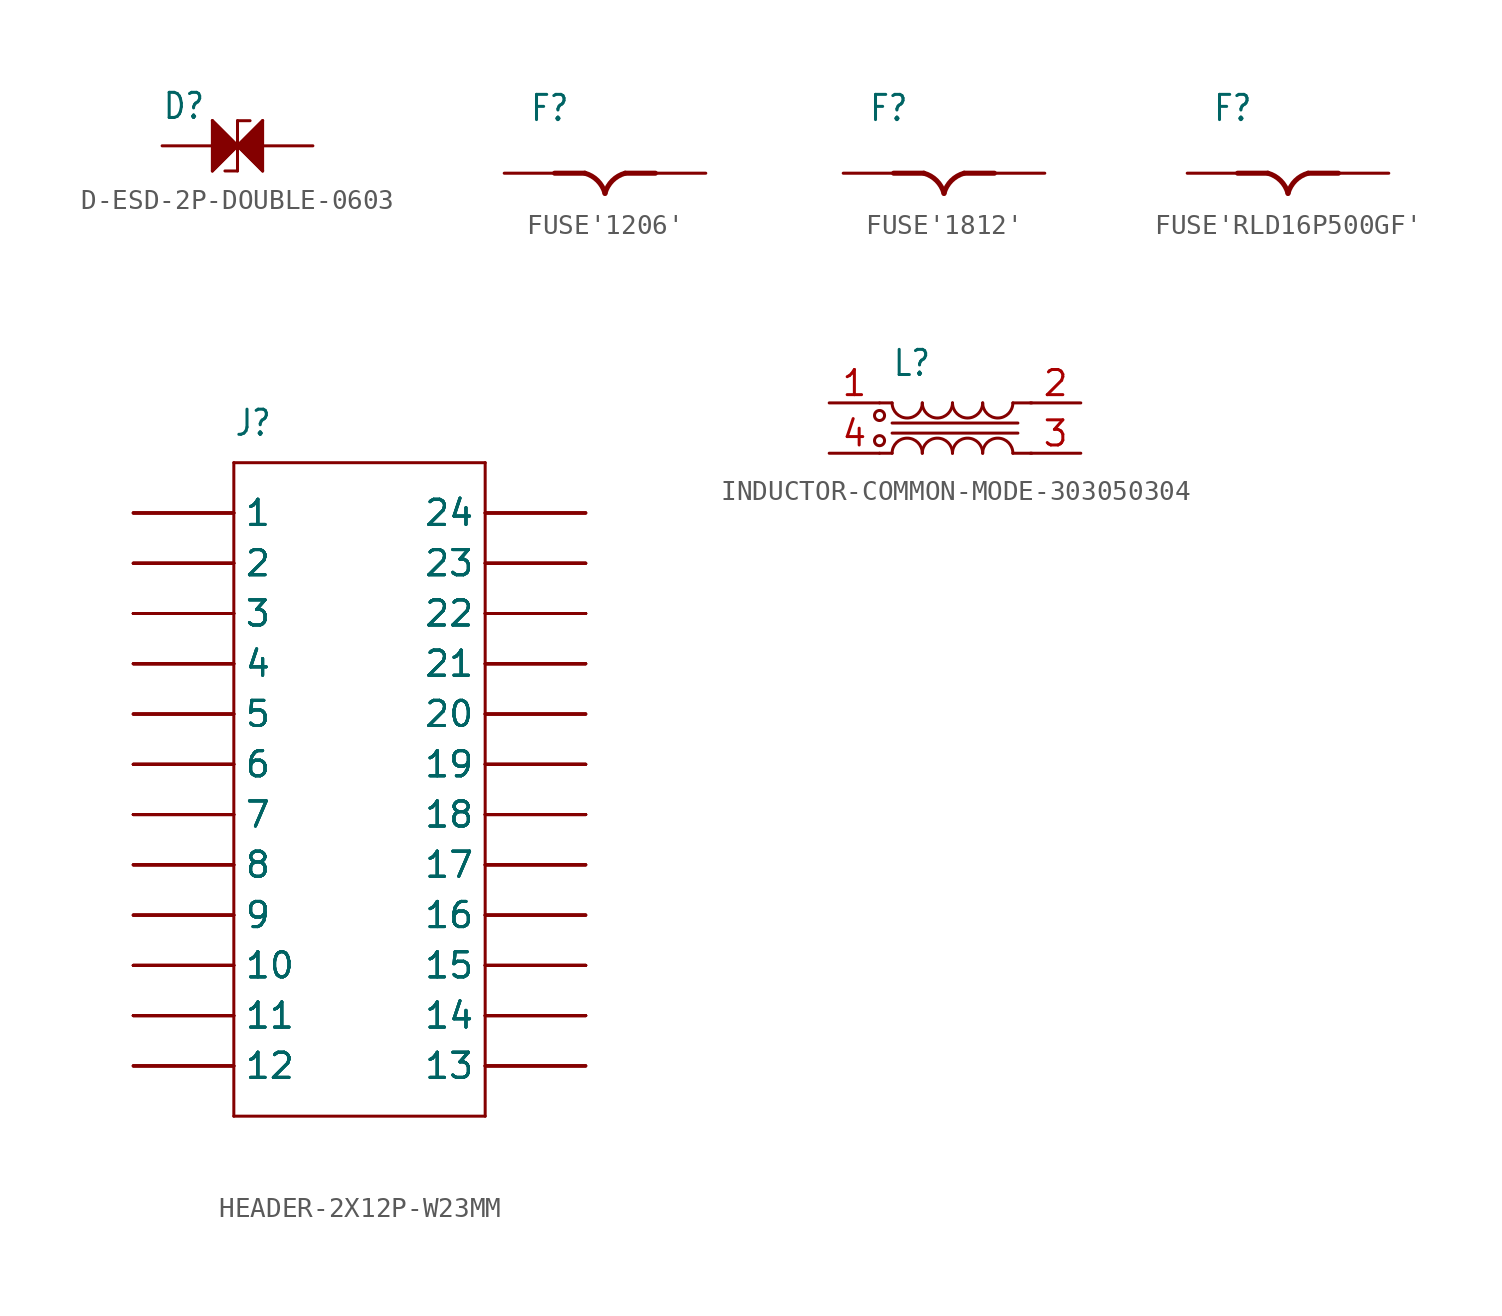
<source format=kicad_sym>
(kicad_symbol_lib
  (version 20220914)
  (generator kicad_symbol_editor)
  (symbol "D-ESD-2P-DOUBLE-0603"
    (property "Reference" "D"
      (at -3.81 1.27 0)
      (effects (font (size 1.27 1.079)) (justify left bottom)))
    (property "Value" ""
      (at -3.81 0 0)
      (effects (font (size 1.27 1.079)) (justify left bottom)))
    (property "ki_locked" ""
      (at 0 0 0)
      (effects (font (size 1.27 1.27))))
    (symbol "D-ESD-2P-DOUBLE-0603_1_0"
      (polyline (pts (xy -1.27 -1.27) (xy 0 0)) (stroke (width 0.152) (type solid)) (fill (type none)))
      (polyline (pts (xy -1.27 1.27) (xy -1.27 -1.27)) (stroke (width 0.152) (type solid)) (fill (type none)))
      (polyline (pts (xy 0 -1.27) (xy -0.635 -1.27)) (stroke (width 0.152) (type solid)) (fill (type none)))
      (polyline (pts (xy 0 0) (xy -1.27 1.27)) (stroke (width 0.152) (type solid)) (fill (type none)))
      (polyline (pts (xy 0 0) (xy 0 -1.27)) (stroke (width 0.152) (type solid)) (fill (type none)))
      (polyline (pts (xy 0 0) (xy 0 1.27)) (stroke (width 0.152) (type solid)) (fill (type none)))
      (polyline (pts (xy 0 0) (xy 1.27 -1.27)) (stroke (width 0.152) (type solid)) (fill (type none)))
      (polyline (pts (xy 0 1.27) (xy 0.635 1.27)) (stroke (width 0.152) (type solid)) (fill (type none)))
      (polyline (pts (xy 1.27 -1.27) (xy 1.27 1.27)) (stroke (width 0.152) (type solid)) (fill (type none)))
      (polyline (pts (xy 1.27 1.27) (xy 0 0)) (stroke (width 0.152) (type solid)) (fill (type none)))
      (polyline (pts (xy -1.27 1.27) (xy 0 0) (xy -1.27 -1.27)) (stroke (width 0.152) (type solid)) (fill (type outline)))
      (polyline (pts (xy 1.27 -1.27) (xy 0 0) (xy 1.27 1.27)) (stroke (width 0.152) (type solid)) (fill (type outline)))
      (pin bidirectional line (at -3.81 0 0) (length 2.54) (name "1" (effects (font (size 0 0)))) (number "1" (effects (font (size 0 0)))))
      (pin bidirectional line (at 3.81 0 180) (length 2.54) (name "2" (effects (font (size 0 0)))) (number "2" (effects (font (size 0 0)))))))
  (symbol "FUSE'1206'"
    (property "Reference" "F"
      (at -3.81 2.54 0)
      (effects (font (size 1.27 1.079)) (justify left bottom)))
    (property "Value" ""
      (at -3.81 1.27 0)
      (effects (font (size 1.27 1.079)) (justify left bottom)))
    (property "ki_locked" ""
      (at 0 0 0)
      (effects (font (size 1.27 1.27))))
    (symbol "FUSE'1206'_1_0"
      (arc (start -0.0001 -1.016) (mid 1.4048 1.4047) (end -1.016 0) (stroke (width 0.254) (type solid)) (fill (type none)))
      (polyline (pts (xy -2.54 0) (xy -1.016 0)) (stroke (width 0.254) (type solid)) (fill (type none)))
      (polyline (pts (xy 2.54 0) (xy 1.016 0)) (stroke (width 0.254) (type solid)) (fill (type none)))
      (arc (start 1.016 -0.0001) (mid -1.4047 1.4048) (end 0 -1.016) (stroke (width 0.254) (type solid)) (fill (type none)))
      (pin bidirectional line (at -5.08 0 0) (length 2.54) (name "1" (effects (font (size 0 0)))) (number "1" (effects (font (size 0 0)))))
      (pin bidirectional line (at 5.08 0 180) (length 2.54) (name "2" (effects (font (size 0 0)))) (number "2" (effects (font (size 0 0)))))))
  (symbol "FUSE'1812'"
    (property "Reference" "F"
      (at -3.81 2.54 0)
      (effects (font (size 1.27 1.079)) (justify left bottom)))
    (property "Value" ""
      (at -3.81 1.27 0)
      (effects (font (size 1.27 1.079)) (justify left bottom)))
    (property "ki_locked" ""
      (at 0 0 0)
      (effects (font (size 1.27 1.27))))
    (symbol "FUSE'1812'_1_0"
      (arc (start -0.0001 -1.016) (mid 1.4048 1.4047) (end -1.016 0) (stroke (width 0.254) (type solid)) (fill (type none)))
      (polyline (pts (xy -2.54 0) (xy -1.016 0)) (stroke (width 0.254) (type solid)) (fill (type none)))
      (polyline (pts (xy 2.54 0) (xy 1.016 0)) (stroke (width 0.254) (type solid)) (fill (type none)))
      (arc (start 1.016 -0.0001) (mid -1.4047 1.4048) (end 0 -1.016) (stroke (width 0.254) (type solid)) (fill (type none)))
      (pin bidirectional line (at -5.08 0 0) (length 2.54) (name "1" (effects (font (size 0 0)))) (number "1" (effects (font (size 0 0)))))
      (pin bidirectional line (at 5.08 0 180) (length 2.54) (name "2" (effects (font (size 0 0)))) (number "2" (effects (font (size 0 0)))))))
  (symbol "FUSE'RLD16P500GF'"
    (property "Reference" "F"
      (at -3.81 2.54 0)
      (effects (font (size 1.27 1.079)) (justify left bottom)))
    (property "Value" ""
      (at -3.81 1.27 0)
      (effects (font (size 1.27 1.079)) (justify left bottom)))
    (property "ki_locked" ""
      (at 0 0 0)
      (effects (font (size 1.27 1.27))))
    (symbol "FUSE'RLD16P500GF'_1_0"
      (arc (start -0.0001 -1.016) (mid 1.4048 1.4047) (end -1.016 0) (stroke (width 0.254) (type solid)) (fill (type none)))
      (polyline (pts (xy -2.54 0) (xy -1.016 0)) (stroke (width 0.254) (type solid)) (fill (type none)))
      (polyline (pts (xy 2.54 0) (xy 1.016 0)) (stroke (width 0.254) (type solid)) (fill (type none)))
      (arc (start 1.016 -0.0001) (mid -1.4047 1.4048) (end 0 -1.016) (stroke (width 0.254) (type solid)) (fill (type none)))
      (pin bidirectional line (at -5.08 0 0) (length 2.54) (name "1" (effects (font (size 0 0)))) (number "1" (effects (font (size 0 0)))))
      (pin bidirectional line (at 5.08 0 180) (length 2.54) (name "2" (effects (font (size 0 0)))) (number "2" (effects (font (size 0 0)))))))
  (symbol "HEADER-2X12P-W23MM"
    (property "Reference" "J"
      (at -6.35 17.78 0)
      (effects (font (size 1.27 1.079)) (justify left bottom)))
    (property "Value" ""
      (at -6.35 16.51 0)
      (effects (font (size 1.27 1.079)) (justify left bottom)))
    (property "ki_locked" ""
      (at 0 0 0)
      (effects (font (size 1.27 1.27))))
    (symbol "HEADER-2X12P-W23MM_1_0"
      (polyline (pts (xy -6.35 -16.51) (xy -6.35 16.51)) (stroke (width 0.152) (type solid)) (fill (type none)))
      (polyline (pts (xy -6.35 16.51) (xy 6.35 16.51)) (stroke (width 0.152) (type solid)) (fill (type none)))
      (polyline (pts (xy 6.35 -16.51) (xy -6.35 -16.51)) (stroke (width 0.152) (type solid)) (fill (type none)))
      (polyline (pts (xy 6.35 16.51) (xy 6.35 -16.51)) (stroke (width 0.152) (type solid)) (fill (type none)))
      (pin bidirectional line (at -11.43 13.97 0) (length 5.08) (name "1" (effects (font (size 1.27 1.27)))) (number "A1" (effects (font (size 0 0)))))
      (pin bidirectional line (at -11.43 -8.89 0) (length 5.08) (name "10" (effects (font (size 1.27 1.27)))) (number "A10" (effects (font (size 0 0)))))
      (pin bidirectional line (at -11.43 -11.43 0) (length 5.08) (name "11" (effects (font (size 1.27 1.27)))) (number "A11" (effects (font (size 0 0)))))
      (pin bidirectional line (at -11.43 -13.97 0) (length 5.08) (name "12" (effects (font (size 1.27 1.27)))) (number "A12" (effects (font (size 0 0)))))
      (pin bidirectional line (at -11.43 11.43 0) (length 5.08) (name "2" (effects (font (size 1.27 1.27)))) (number "A2" (effects (font (size 0 0)))))
      (pin bidirectional line (at -11.43 8.89 0) (length 5.08) (name "3" (effects (font (size 1.27 1.27)))) (number "A3" (effects (font (size 0 0)))))
      (pin bidirectional line (at -11.43 6.35 0) (length 5.08) (name "4" (effects (font (size 1.27 1.27)))) (number "A4" (effects (font (size 0 0)))))
      (pin bidirectional line (at -11.43 3.81 0) (length 5.08) (name "5" (effects (font (size 1.27 1.27)))) (number "A5" (effects (font (size 0 0)))))
      (pin bidirectional line (at -11.43 1.27 0) (length 5.08) (name "6" (effects (font (size 1.27 1.27)))) (number "A6" (effects (font (size 0 0)))))
      (pin bidirectional line (at -11.43 -1.27 0) (length 5.08) (name "7" (effects (font (size 1.27 1.27)))) (number "A7" (effects (font (size 0 0)))))
      (pin bidirectional line (at -11.43 -3.81 0) (length 5.08) (name "8" (effects (font (size 1.27 1.27)))) (number "A8" (effects (font (size 0 0)))))
      (pin bidirectional line (at -11.43 -6.35 0) (length 5.08) (name "9" (effects (font (size 1.27 1.27)))) (number "A9" (effects (font (size 0 0)))))
      (pin bidirectional line (at -11.43 13.97 0) (length 5.08) (name "1" (effects (font (size 1.27 1.27)))) (number "B1" (effects (font (size 0 0)))))
      (pin bidirectional line (at -11.43 -8.89 0) (length 5.08) (name "10" (effects (font (size 1.27 1.27)))) (number "B10" (effects (font (size 0 0)))))
      (pin bidirectional line (at -11.43 -11.43 0) (length 5.08) (name "11" (effects (font (size 1.27 1.27)))) (number "B11" (effects (font (size 0 0)))))
      (pin bidirectional line (at -11.43 -13.97 0) (length 5.08) (name "12" (effects (font (size 1.27 1.27)))) (number "B12" (effects (font (size 0 0)))))
      (pin bidirectional line (at -11.43 11.43 0) (length 5.08) (name "2" (effects (font (size 1.27 1.27)))) (number "B2" (effects (font (size 0 0)))))
      (pin bidirectional line (at -11.43 8.89 0) (length 5.08) (name "3" (effects (font (size 1.27 1.27)))) (number "B3" (effects (font (size 0 0)))))
      (pin bidirectional line (at -11.43 6.35 0) (length 5.08) (name "4" (effects (font (size 1.27 1.27)))) (number "B4" (effects (font (size 0 0)))))
      (pin bidirectional line (at -11.43 3.81 0) (length 5.08) (name "5" (effects (font (size 1.27 1.27)))) (number "B5" (effects (font (size 0 0)))))
      (pin bidirectional line (at -11.43 1.27 0) (length 5.08) (name "6" (effects (font (size 1.27 1.27)))) (number "B6" (effects (font (size 0 0)))))
      (pin bidirectional line (at -11.43 -1.27 0) (length 5.08) (name "7" (effects (font (size 1.27 1.27)))) (number "B7" (effects (font (size 0 0)))))
      (pin bidirectional line (at -11.43 -3.81 0) (length 5.08) (name "8" (effects (font (size 1.27 1.27)))) (number "B8" (effects (font (size 0 0)))))
      (pin bidirectional line (at -11.43 -6.35 0) (length 5.08) (name "9" (effects (font (size 1.27 1.27)))) (number "B9" (effects (font (size 0 0)))))
      (pin bidirectional line (at 11.43 -13.97 180) (length 5.08) (name "13" (effects (font (size 1.27 1.27)))) (number "C1" (effects (font (size 0 0)))))
      (pin bidirectional line (at 11.43 8.89 180) (length 5.08) (name "22" (effects (font (size 1.27 1.27)))) (number "C10" (effects (font (size 0 0)))))
      (pin bidirectional line (at 11.43 11.43 180) (length 5.08) (name "23" (effects (font (size 1.27 1.27)))) (number "C11" (effects (font (size 0 0)))))
      (pin bidirectional line (at 11.43 13.97 180) (length 5.08) (name "24" (effects (font (size 1.27 1.27)))) (number "C12" (effects (font (size 0 0)))))
      (pin bidirectional line (at 11.43 -11.43 180) (length 5.08) (name "14" (effects (font (size 1.27 1.27)))) (number "C2" (effects (font (size 0 0)))))
      (pin bidirectional line (at 11.43 -8.89 180) (length 5.08) (name "15" (effects (font (size 1.27 1.27)))) (number "C3" (effects (font (size 0 0)))))
      (pin bidirectional line (at 11.43 -6.35 180) (length 5.08) (name "16" (effects (font (size 1.27 1.27)))) (number "C4" (effects (font (size 0 0)))))
      (pin bidirectional line (at 11.43 -3.81 180) (length 5.08) (name "17" (effects (font (size 1.27 1.27)))) (number "C5" (effects (font (size 0 0)))))
      (pin bidirectional line (at 11.43 -1.27 180) (length 5.08) (name "18" (effects (font (size 1.27 1.27)))) (number "C6" (effects (font (size 0 0)))))
      (pin bidirectional line (at 11.43 1.27 180) (length 5.08) (name "19" (effects (font (size 1.27 1.27)))) (number "C7" (effects (font (size 0 0)))))
      (pin bidirectional line (at 11.43 3.81 180) (length 5.08) (name "20" (effects (font (size 1.27 1.27)))) (number "C8" (effects (font (size 0 0)))))
      (pin bidirectional line (at 11.43 6.35 180) (length 5.08) (name "21" (effects (font (size 1.27 1.27)))) (number "C9" (effects (font (size 0 0)))))
      (pin bidirectional line (at 11.43 -13.97 180) (length 5.08) (name "13" (effects (font (size 1.27 1.27)))) (number "D1" (effects (font (size 0 0)))))
      (pin bidirectional line (at 11.43 8.89 180) (length 5.08) (name "22" (effects (font (size 1.27 1.27)))) (number "D10" (effects (font (size 0 0)))))
      (pin bidirectional line (at 11.43 11.43 180) (length 5.08) (name "23" (effects (font (size 1.27 1.27)))) (number "D11" (effects (font (size 0 0)))))
      (pin bidirectional line (at 11.43 13.97 180) (length 5.08) (name "24" (effects (font (size 1.27 1.27)))) (number "D12" (effects (font (size 0 0)))))
      (pin bidirectional line (at 11.43 -11.43 180) (length 5.08) (name "14" (effects (font (size 1.27 1.27)))) (number "D2" (effects (font (size 0 0)))))
      (pin bidirectional line (at 11.43 -8.89 180) (length 5.08) (name "15" (effects (font (size 1.27 1.27)))) (number "D3" (effects (font (size 0 0)))))
      (pin bidirectional line (at 11.43 -6.35 180) (length 5.08) (name "16" (effects (font (size 1.27 1.27)))) (number "D4" (effects (font (size 0 0)))))
      (pin bidirectional line (at 11.43 -3.81 180) (length 5.08) (name "17" (effects (font (size 1.27 1.27)))) (number "D5" (effects (font (size 0 0)))))
      (pin bidirectional line (at 11.43 -1.27 180) (length 5.08) (name "18" (effects (font (size 1.27 1.27)))) (number "D6" (effects (font (size 0 0)))))
      (pin bidirectional line (at 11.43 1.27 180) (length 5.08) (name "19" (effects (font (size 1.27 1.27)))) (number "D7" (effects (font (size 0 0)))))
      (pin bidirectional line (at 11.43 3.81 180) (length 5.08) (name "20" (effects (font (size 1.27 1.27)))) (number "D8" (effects (font (size 0 0)))))
      (pin bidirectional line (at 11.43 6.35 180) (length 5.08) (name "21" (effects (font (size 1.27 1.27)))) (number "D9" (effects (font (size 0 0)))))
      (pin bidirectional line (at -11.43 13.97 0) (length 5.08) (name "1" (effects (font (size 1.27 1.27)))) (number "E1" (effects (font (size 0 0)))))
      (pin bidirectional line (at -11.43 -8.89 0) (length 5.08) (name "10" (effects (font (size 1.27 1.27)))) (number "E10" (effects (font (size 0 0)))))
      (pin bidirectional line (at -11.43 -11.43 0) (length 5.08) (name "11" (effects (font (size 1.27 1.27)))) (number "E11" (effects (font (size 0 0)))))
      (pin bidirectional line (at -11.43 -13.97 0) (length 5.08) (name "12" (effects (font (size 1.27 1.27)))) (number "E12" (effects (font (size 0 0)))))
      (pin bidirectional line (at 11.43 -13.97 180) (length 5.08) (name "13" (effects (font (size 1.27 1.27)))) (number "E13" (effects (font (size 0 0)))))
      (pin bidirectional line (at 11.43 -11.43 180) (length 5.08) (name "14" (effects (font (size 1.27 1.27)))) (number "E14" (effects (font (size 0 0)))))
      (pin bidirectional line (at 11.43 -8.89 180) (length 5.08) (name "15" (effects (font (size 1.27 1.27)))) (number "E15" (effects (font (size 0 0)))))
      (pin bidirectional line (at 11.43 -6.35 180) (length 5.08) (name "16" (effects (font (size 1.27 1.27)))) (number "E16" (effects (font (size 0 0)))))
      (pin bidirectional line (at 11.43 -3.81 180) (length 5.08) (name "17" (effects (font (size 1.27 1.27)))) (number "E17" (effects (font (size 0 0)))))
      (pin bidirectional line (at 11.43 -1.27 180) (length 5.08) (name "18" (effects (font (size 1.27 1.27)))) (number "E18" (effects (font (size 0 0)))))
      (pin bidirectional line (at 11.43 1.27 180) (length 5.08) (name "19" (effects (font (size 1.27 1.27)))) (number "E19" (effects (font (size 0 0)))))
      (pin bidirectional line (at -11.43 11.43 0) (length 5.08) (name "2" (effects (font (size 1.27 1.27)))) (number "E2" (effects (font (size 0 0)))))
      (pin bidirectional line (at 11.43 3.81 180) (length 5.08) (name "20" (effects (font (size 1.27 1.27)))) (number "E20" (effects (font (size 0 0)))))
      (pin bidirectional line (at 11.43 6.35 180) (length 5.08) (name "21" (effects (font (size 1.27 1.27)))) (number "E21" (effects (font (size 0 0)))))
      (pin bidirectional line (at 11.43 8.89 180) (length 5.08) (name "22" (effects (font (size 1.27 1.27)))) (number "E22" (effects (font (size 0 0)))))
      (pin bidirectional line (at 11.43 11.43 180) (length 5.08) (name "23" (effects (font (size 1.27 1.27)))) (number "E23" (effects (font (size 0 0)))))
      (pin bidirectional line (at 11.43 13.97 180) (length 5.08) (name "24" (effects (font (size 1.27 1.27)))) (number "E24" (effects (font (size 0 0)))))
      (pin bidirectional line (at -11.43 8.89 0) (length 5.08) (name "3" (effects (font (size 1.27 1.27)))) (number "E3" (effects (font (size 0 0)))))
      (pin bidirectional line (at -11.43 6.35 0) (length 5.08) (name "4" (effects (font (size 1.27 1.27)))) (number "E4" (effects (font (size 0 0)))))
      (pin bidirectional line (at -11.43 3.81 0) (length 5.08) (name "5" (effects (font (size 1.27 1.27)))) (number "E5" (effects (font (size 0 0)))))
      (pin bidirectional line (at -11.43 1.27 0) (length 5.08) (name "6" (effects (font (size 1.27 1.27)))) (number "E6" (effects (font (size 0 0)))))
      (pin bidirectional line (at -11.43 -1.27 0) (length 5.08) (name "7" (effects (font (size 1.27 1.27)))) (number "E7" (effects (font (size 0 0)))))
      (pin bidirectional line (at -11.43 -3.81 0) (length 5.08) (name "8" (effects (font (size 1.27 1.27)))) (number "E8" (effects (font (size 0 0)))))
      (pin bidirectional line (at -11.43 -6.35 0) (length 5.08) (name "9" (effects (font (size 1.27 1.27)))) (number "E9" (effects (font (size 0 0)))))
      (pin bidirectional line (at -11.43 13.97 0) (length 5.08) (name "1" (effects (font (size 1.27 1.27)))) (number "F1" (effects (font (size 0 0)))))
      (pin bidirectional line (at -11.43 -8.89 0) (length 5.08) (name "10" (effects (font (size 1.27 1.27)))) (number "F10" (effects (font (size 0 0)))))
      (pin bidirectional line (at -11.43 -11.43 0) (length 5.08) (name "11" (effects (font (size 1.27 1.27)))) (number "F11" (effects (font (size 0 0)))))
      (pin bidirectional line (at -11.43 -13.97 0) (length 5.08) (name "12" (effects (font (size 1.27 1.27)))) (number "F12" (effects (font (size 0 0)))))
      (pin bidirectional line (at 11.43 -13.97 180) (length 5.08) (name "13" (effects (font (size 1.27 1.27)))) (number "F13" (effects (font (size 0 0)))))
      (pin bidirectional line (at 11.43 -11.43 180) (length 5.08) (name "14" (effects (font (size 1.27 1.27)))) (number "F14" (effects (font (size 0 0)))))
      (pin bidirectional line (at 11.43 -8.89 180) (length 5.08) (name "15" (effects (font (size 1.27 1.27)))) (number "F15" (effects (font (size 0 0)))))
      (pin bidirectional line (at 11.43 -6.35 180) (length 5.08) (name "16" (effects (font (size 1.27 1.27)))) (number "F16" (effects (font (size 0 0)))))
      (pin bidirectional line (at 11.43 -3.81 180) (length 5.08) (name "17" (effects (font (size 1.27 1.27)))) (number "F17" (effects (font (size 0 0)))))
      (pin bidirectional line (at 11.43 -1.27 180) (length 5.08) (name "18" (effects (font (size 1.27 1.27)))) (number "F18" (effects (font (size 0 0)))))
      (pin bidirectional line (at 11.43 1.27 180) (length 5.08) (name "19" (effects (font (size 1.27 1.27)))) (number "F19" (effects (font (size 0 0)))))
      (pin bidirectional line (at -11.43 11.43 0) (length 5.08) (name "2" (effects (font (size 1.27 1.27)))) (number "F2" (effects (font (size 0 0)))))
      (pin bidirectional line (at 11.43 3.81 180) (length 5.08) (name "20" (effects (font (size 1.27 1.27)))) (number "F20" (effects (font (size 0 0)))))
      (pin bidirectional line (at 11.43 6.35 180) (length 5.08) (name "21" (effects (font (size 1.27 1.27)))) (number "F21" (effects (font (size 0 0)))))
      (pin bidirectional line (at 11.43 8.89 180) (length 5.08) (name "22" (effects (font (size 1.27 1.27)))) (number "F22" (effects (font (size 0 0)))))
      (pin bidirectional line (at 11.43 11.43 180) (length 5.08) (name "23" (effects (font (size 1.27 1.27)))) (number "F23" (effects (font (size 0 0)))))
      (pin bidirectional line (at 11.43 13.97 180) (length 5.08) (name "24" (effects (font (size 1.27 1.27)))) (number "F24" (effects (font (size 0 0)))))
      (pin bidirectional line (at -11.43 8.89 0) (length 5.08) (name "3" (effects (font (size 1.27 1.27)))) (number "F3" (effects (font (size 0 0)))))
      (pin bidirectional line (at -11.43 6.35 0) (length 5.08) (name "4" (effects (font (size 1.27 1.27)))) (number "F4" (effects (font (size 0 0)))))
      (pin bidirectional line (at -11.43 3.81 0) (length 5.08) (name "5" (effects (font (size 1.27 1.27)))) (number "F5" (effects (font (size 0 0)))))
      (pin bidirectional line (at -11.43 1.27 0) (length 5.08) (name "6" (effects (font (size 1.27 1.27)))) (number "F6" (effects (font (size 0 0)))))
      (pin bidirectional line (at -11.43 -1.27 0) (length 5.08) (name "7" (effects (font (size 1.27 1.27)))) (number "F7" (effects (font (size 0 0)))))
      (pin bidirectional line (at -11.43 -3.81 0) (length 5.08) (name "8" (effects (font (size 1.27 1.27)))) (number "F8" (effects (font (size 0 0)))))
      (pin bidirectional line (at -11.43 -6.35 0) (length 5.08) (name "9" (effects (font (size 1.27 1.27)))) (number "F9" (effects (font (size 0 0)))))))
  (symbol "INDUCTOR-COMMON-MODE-303050304"
    (property "Reference" "L"
      (at -3.175 2.54 0)
      (effects (font (size 1.27 1.079)) (justify left bottom)))
    (property "Value" ""
      (at -3.175 1.27 0)
      (effects (font (size 1.27 1.079)) (justify left bottom)))
    (property "ki_locked" ""
      (at 0 0 0)
      (effects (font (size 1.27 1.27))))
    (symbol "INDUCTOR-COMMON-MODE-303050304_1_0"
      (circle (center -3.81 -0.635) (radius 0.254) (stroke (width 0) (type solid)) (fill (type none)))
      (circle (center -3.81 0.635) (radius 0.254) (stroke (width 0) (type solid)) (fill (type none)))
      (arc (start -3.175 1.27) (mid -2.413 0.508) (end -1.651 1.27) (stroke (width 0.1524) (type solid)) (fill (type none)))
      (arc (start -1.651 -1.27) (mid -2.413 -0.508) (end -3.175 -1.27) (stroke (width 0.1524) (type solid)) (fill (type none)))
      (arc (start -1.651 1.27) (mid -0.889 0.508) (end -0.127 1.27) (stroke (width 0.1524) (type solid)) (fill (type none)))
      (arc (start -0.127 -1.27) (mid -0.889 -0.508) (end -1.651 -1.27) (stroke (width 0.1524) (type solid)) (fill (type none)))
      (arc (start -0.127 1.27) (mid 0.635 0.508) (end 1.397 1.27) (stroke (width 0.1524) (type solid)) (fill (type none)))
      (polyline (pts (xy -3.175 -1.27) (xy -3.81 -1.27)) (stroke (width 0.152) (type solid)) (fill (type none)))
      (polyline (pts (xy -3.175 1.27) (xy -3.81 1.27)) (stroke (width 0.152) (type solid)) (fill (type none)))
      (polyline (pts (xy 2.921 -1.27) (xy 3.873 -1.27)) (stroke (width 0.152) (type solid)) (fill (type none)))
      (polyline (pts (xy 2.921 1.27) (xy 3.873 1.27)) (stroke (width 0.152) (type solid)) (fill (type none)))
      (polyline (pts (xy 3.175 -0.254) (xy -3.175 -0.254)) (stroke (width 0.152) (type solid)) (fill (type none)))
      (polyline (pts (xy 3.175 0.254) (xy -3.175 0.254)) (stroke (width 0.152) (type solid)) (fill (type none)))
      (arc (start 1.397 -1.27) (mid 0.635 -0.508) (end -0.127 -1.27) (stroke (width 0.1524) (type solid)) (fill (type none)))
      (arc (start 1.397 1.27) (mid 2.159 0.508) (end 2.921 1.27) (stroke (width 0.1524) (type solid)) (fill (type none)))
      (arc (start 2.921 -1.27) (mid 2.159 -0.508) (end 1.397 -1.27) (stroke (width 0.1524) (type solid)) (fill (type none)))
      (pin bidirectional line (at -6.35 1.27 0) (length 2.54) (name "1" (effects (font (size 0 0)))) (number "1" (effects (font (size 1.27 1.27)))))
      (pin bidirectional line (at 6.35 1.27 180) (length 2.54) (name "2" (effects (font (size 0 0)))) (number "2" (effects (font (size 1.27 1.27)))))
      (pin bidirectional line (at 6.35 -1.27 180) (length 2.54) (name "3" (effects (font (size 0 0)))) (number "3" (effects (font (size 1.27 1.27)))))
      (pin bidirectional line (at -6.35 -1.27 0) (length 2.54) (name "4" (effects (font (size 0 0)))) (number "4" (effects (font (size 1.27 1.27))))))))
</source>
